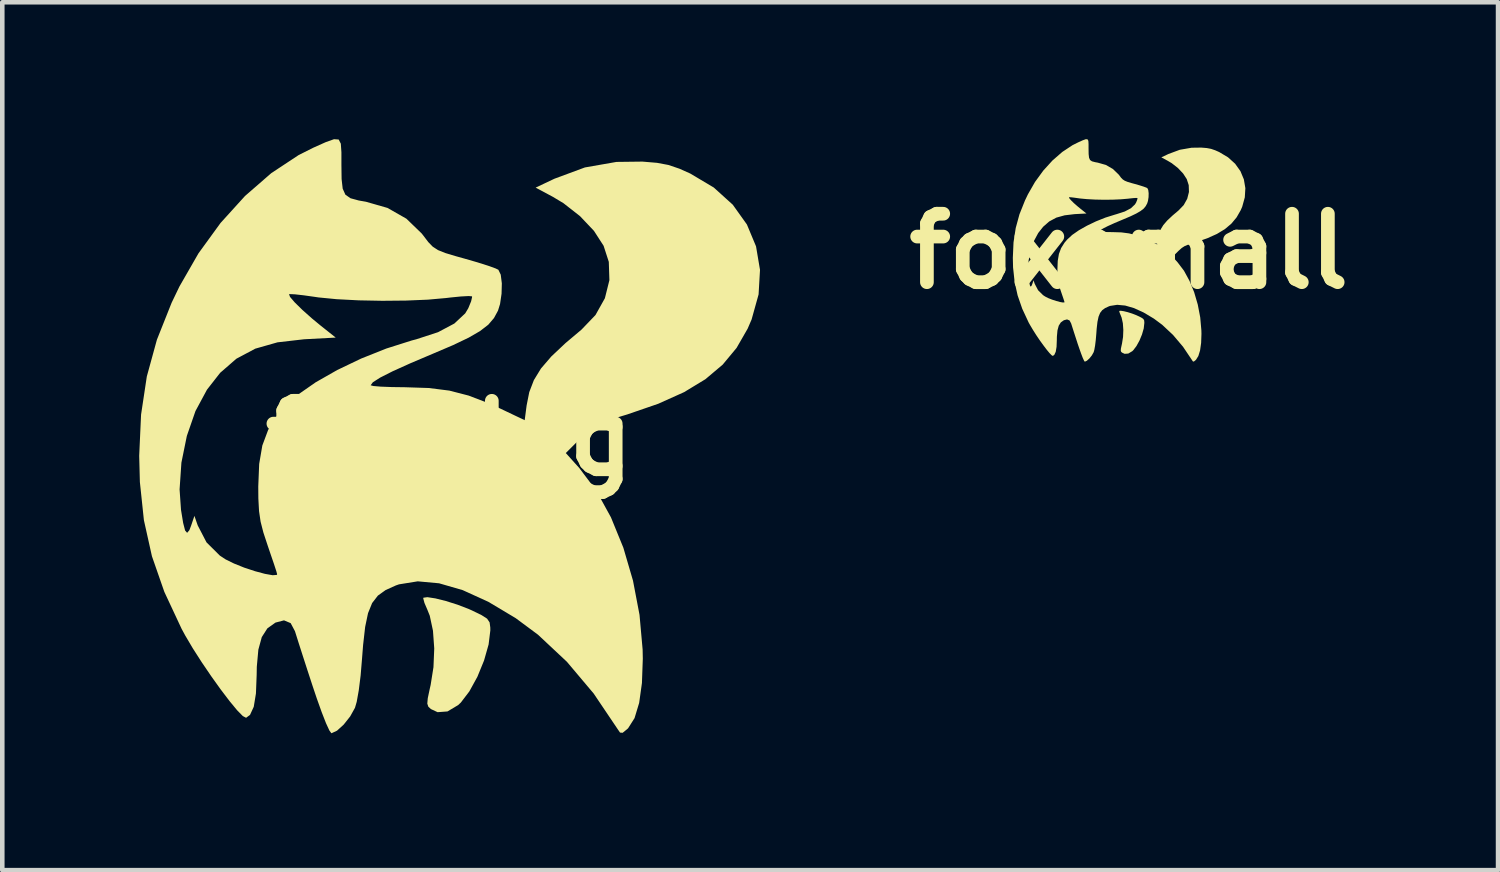
<source format=kicad_pcb>
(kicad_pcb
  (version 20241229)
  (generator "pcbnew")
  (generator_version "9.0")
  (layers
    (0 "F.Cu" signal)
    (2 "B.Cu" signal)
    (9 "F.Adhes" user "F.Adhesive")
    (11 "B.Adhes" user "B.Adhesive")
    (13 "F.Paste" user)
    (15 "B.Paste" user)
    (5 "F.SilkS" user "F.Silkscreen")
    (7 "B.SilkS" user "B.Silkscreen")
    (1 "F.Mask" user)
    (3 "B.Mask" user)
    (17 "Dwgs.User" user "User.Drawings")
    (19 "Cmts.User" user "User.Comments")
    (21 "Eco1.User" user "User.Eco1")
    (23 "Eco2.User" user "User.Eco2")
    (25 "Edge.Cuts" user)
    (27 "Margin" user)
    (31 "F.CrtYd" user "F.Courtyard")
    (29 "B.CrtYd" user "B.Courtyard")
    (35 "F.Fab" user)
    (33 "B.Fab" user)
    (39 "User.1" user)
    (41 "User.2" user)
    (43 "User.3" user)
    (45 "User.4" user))
  (footprint "foxsmall"
    (layer "F.Cu")
    (at 21.689 2.455)
    (property "Reference" "foxsmall" (at 0 0 0) (layer "F.SilkS") (effects (font (size 1.5 1.5) (thickness 0.3))))
    (attr board_only exclude_from_pos_files exclude_from_bom)
    (fp_poly (pts (xy -0.115 1.314) (xy -0.029 1.335) (xy 0.066 1.365) (xy 0.157 1.4) (xy 0.185 1.413) (xy 0.264 1.451) (xy 0.309 1.48) (xy 0.33 1.51) (xy 0.335 1.552) (xy 0.335 1.576) (xy 0.322 1.692) (xy 0.284 1.824) (xy 0.229 1.957) (xy 0.163 2.077) (xy 0.093 2.169) (xy 0.071 2.19) (xy -0.016 2.242) (xy -0.097 2.248) (xy -0.152 2.222) (xy -0.173 2.203) (xy -0.181 2.177) (xy -0.178 2.133) (xy -0.162 2.059) (xy -0.154 2.024) (xy -0.131 1.878) (xy -0.125 1.725) (xy -0.135 1.579) (xy -0.162 1.456) (xy -0.181 1.408) (xy -0.205 1.35) (xy -0.215 1.313) (xy -0.214 1.308) (xy -0.181 1.304)) (stroke (width 0) (type solid)) (fill yes) (layer "F.SilkS"))
    (fp_poly (pts (xy -0.909 -2.452) (xy -0.891 -2.418) (xy -0.887 -2.347) (xy -0.887 -2.245) (xy -0.885 -2.128) (xy -0.876 -2.049) (xy -0.854 -1.999) (xy -0.812 -1.97) (xy -0.744 -1.952) (xy -0.685 -1.941) (xy -0.508 -1.891) (xy -0.353 -1.802) (xy -0.228 -1.681) (xy -0.215 -1.665) (xy -0.174 -1.61) (xy -0.137 -1.573) (xy -0.094 -1.545) (xy -0.033 -1.52) (xy 0.057 -1.493) (xy 0.123 -1.475) (xy 0.228 -1.445) (xy 0.317 -1.417) (xy 0.379 -1.394) (xy 0.401 -1.383) (xy 0.421 -1.343) (xy 0.43 -1.272) (xy 0.428 -1.186) (xy 0.415 -1.102) (xy 0.398 -1.048) (xy 0.365 -0.987) (xy 0.319 -0.932) (xy 0.251 -0.88) (xy 0.158 -0.826) (xy 0.031 -0.765) (xy -0.132 -0.696) (xy -0.321 -0.616) (xy -0.467 -0.55) (xy -0.569 -0.498) (xy -0.628 -0.46) (xy -0.647 -0.435) (xy -0.625 -0.429) (xy -0.564 -0.424) (xy -0.473 -0.42) (xy -0.365 -0.419) (xy -0.169 -0.413) (xy -0.000491 -0.391) (xy 0.158 -0.351) (xy 0.325 -0.286) (xy 0.423 -0.242) (xy 0.617 -0.149) (xy 0.633 -0.269) (xy 0.655 -0.379) (xy 0.693 -0.478) (xy 0.751 -0.573) (xy 0.836 -0.672) (xy 0.953 -0.782) (xy 1.083 -0.892) (xy 1.198 -1.011) (xy 1.275 -1.149) (xy 1.313 -1.298) (xy 1.308 -1.448) (xy 1.265 -1.58) (xy 1.186 -1.702) (xy 1.072 -1.823) (xy 0.935 -1.93) (xy 0.849 -1.981) (xy 0.708 -2.057) (xy 0.862 -2.13) (xy 1.112 -2.223) (xy 1.371 -2.268) (xy 1.584 -2.271) (xy 1.704 -2.261) (xy 1.798 -2.243) (xy 1.888 -2.212) (xy 1.976 -2.173) (xy 2.169 -2.058) (xy 2.325 -1.917) (xy 2.441 -1.755) (xy 2.516 -1.575) (xy 2.549 -1.382) (xy 2.537 -1.181) (xy 2.48 -0.975) (xy 2.447 -0.899) (xy 2.357 -0.742) (xy 2.243 -0.605) (xy 2.101 -0.485) (xy 1.926 -0.379) (xy 1.714 -0.284) (xy 1.46 -0.196) (xy 1.405 -0.179) (xy 1.296 -0.145) (xy 1.218 -0.112) (xy 1.156 -0.072) (xy 1.094 -0.017) (xy 1.074 0.002) (xy 0.955 0.121) (xy 1.065 0.244) (xy 1.204 0.427) (xy 1.325 0.649) (xy 1.427 0.898) (xy 1.506 1.168) (xy 1.56 1.449) (xy 1.585 1.733) (xy 1.587 1.809) (xy 1.58 2.008) (xy 1.557 2.172) (xy 1.519 2.296) (xy 1.467 2.379) (xy 1.459 2.386) (xy 1.421 2.417) (xy 1.4 2.415) (xy 1.381 2.387) (xy 1.184 2.094) (xy 0.964 1.834) (xy 0.727 1.612) (xy 0.544 1.476) (xy 0.319 1.342) (xy 0.109 1.246) (xy -0.085 1.19) (xy -0.26 1.174) (xy -0.414 1.198) (xy -0.44 1.207) (xy -0.523 1.245) (xy -0.587 1.291) (xy -0.634 1.352) (xy -0.668 1.435) (xy -0.692 1.548) (xy -0.709 1.697) (xy -0.717 1.807) (xy -0.729 1.947) (xy -0.744 2.069) (xy -0.761 2.163) (xy -0.775 2.212) (xy -0.815 2.283) (xy -0.868 2.349) (xy -0.923 2.399) (xy -0.968 2.42) (xy -0.969 2.42) (xy -0.985 2.399) (xy -1.013 2.339) (xy -1.048 2.248) (xy -1.089 2.133) (xy -1.124 2.031) (xy -1.167 1.898) (xy -1.206 1.778) (xy -1.238 1.678) (xy -1.26 1.609) (xy -1.268 1.583) (xy -1.303 1.517) (xy -1.358 1.494) (xy -1.428 1.512) (xy -1.494 1.559) (xy -1.54 1.631) (xy -1.568 1.734) (xy -1.581 1.875) (xy -1.582 1.941) (xy -1.588 2.094) (xy -1.606 2.203) (xy -1.637 2.27) (xy -1.669 2.294) (xy -1.696 2.279) (xy -1.743 2.231) (xy -1.805 2.156) (xy -1.877 2.061) (xy -1.955 1.953) (xy -2.033 1.838) (xy -2.105 1.724) (xy -2.168 1.618) (xy -2.199 1.563) (xy -2.34 1.26) (xy -2.441 0.968) (xy -2.507 0.672) (xy -2.534 0.419) (xy -2.214 0.419) (xy -2.203 0.587) (xy -2.185 0.694) (xy -2.169 0.757) (xy -2.153 0.776) (xy -2.135 0.754) (xy -2.12 0.718) (xy -2.093 0.637) (xy -2.066 0.715) (xy -1.993 0.854) (xy -1.884 0.962) (xy -1.837 0.993) (xy -1.768 1.028) (xy -1.684 1.061) (xy -1.595 1.09) (xy -1.514 1.112) (xy -1.451 1.123) (xy -1.417 1.121) (xy -1.414 1.116) (xy -1.421 1.09) (xy -1.441 1.029) (xy -1.47 0.944) (xy -1.491 0.882) (xy -1.527 0.773) (xy -1.55 0.684) (xy -1.563 0.597) (xy -1.568 0.494) (xy -1.569 0.395) (xy -1.562 0.21) (xy -1.536 0.059) (xy -1.488 -0.069) (xy -1.414 -0.187) (xy -1.355 -0.256) (xy -1.246 -0.357) (xy -1.098 -0.46) (xy -0.921 -0.56) (xy -0.725 -0.654) (xy -0.518 -0.737) (xy -0.31 -0.802) (xy -0.272 -0.813) (xy -0.093 -0.871) (xy 0.041 -0.942) (xy 0.13 -1.026) (xy 0.155 -1.067) (xy 0.178 -1.124) (xy 0.186 -1.161) (xy 0.185 -1.165) (xy 0.157 -1.168) (xy 0.094 -1.164) (xy 0.008 -1.155) (xy -0.026 -1.151) (xy -0.177 -1.138) (xy -0.357 -1.13) (xy -0.551 -1.128) (xy -0.745 -1.132) (xy -0.925 -1.142) (xy -1.075 -1.156) (xy -1.102 -1.16) (xy -1.195 -1.173) (xy -1.269 -1.182) (xy -1.311 -1.184) (xy -1.316 -1.183) (xy -1.308 -1.16) (xy -1.27 -1.115) (xy -1.208 -1.054) (xy -1.128 -0.984) (xy -1.061 -0.929) (xy -0.933 -0.827) (xy -1.193 -0.813) (xy -1.411 -0.787) (xy -1.594 -0.736) (xy -1.748 -0.653) (xy -1.881 -0.537) (xy -1.99 -0.399) (xy -2.084 -0.224) (xy -2.155 -0.019) (xy -2.2 0.2) (xy -2.214 0.419) (xy -2.534 0.419) (xy -2.541 0.359) (xy -2.546 0.144) (xy -2.531 -0.194) (xy -2.483 -0.508) (xy -2.401 -0.809) (xy -2.28 -1.112) (xy -2.216 -1.246) (xy -2.06 -1.518) (xy -1.878 -1.768) (xy -1.677 -1.989) (xy -1.462 -2.176) (xy -1.238 -2.324) (xy -1.118 -2.384) (xy -1.014 -2.431) (xy -0.947 -2.455)) (stroke (width 0) (type solid)) (fill yes) (layer "F.SilkS")))
  (footprint "fox big"
    (layer "F.Cu")
    (at 6.798 6.554)
    (property "Reference" "fox big" (at 0 0 0) (layer "F.SilkS") (effects (font (size 1.5 1.5) (thickness 0.3))))
    (attr board_only exclude_from_pos_files exclude_from_bom)
    (fp_poly (pts (xy -0.307 3.508) (xy -0.078 3.565) (xy 0.175 3.645) (xy 0.418 3.738) (xy 0.494 3.772) (xy 0.705 3.875) (xy 0.825 3.952) (xy 0.88 4.033) (xy 0.895 4.144) (xy 0.896 4.209) (xy 0.858 4.518) (xy 0.758 4.87) (xy 0.612 5.226) (xy 0.436 5.546) (xy 0.249 5.791) (xy 0.19 5.846) (xy -0.043 5.985) (xy -0.26 6.001) (xy -0.406 5.933) (xy -0.462 5.882) (xy -0.485 5.814) (xy -0.475 5.696) (xy -0.433 5.497) (xy -0.412 5.405) (xy -0.35 5.015) (xy -0.333 4.605) (xy -0.361 4.216) (xy -0.431 3.888) (xy -0.482 3.76) (xy -0.548 3.606) (xy -0.574 3.507) (xy -0.571 3.493) (xy -0.483 3.481)) (stroke (width 0) (type solid)) (fill yes) (layer "F.SilkS"))
    (fp_poly (pts (xy -2.427 -6.547) (xy -2.38 -6.456) (xy -2.367 -6.267) (xy -2.367 -5.994) (xy -2.363 -5.681) (xy -2.339 -5.47) (xy -2.28 -5.338) (xy -2.168 -5.26) (xy -1.988 -5.211) (xy -1.828 -5.183) (xy -1.357 -5.048) (xy -0.943 -4.812) (xy -0.609 -4.489) (xy -0.574 -4.445) (xy -0.464 -4.3) (xy -0.366 -4.199) (xy -0.251 -4.124) (xy -0.088 -4.059) (xy 0.152 -3.987) (xy 0.328 -3.938) (xy 0.609 -3.857) (xy 0.846 -3.782) (xy 1.012 -3.722) (xy 1.072 -3.693) (xy 1.124 -3.586) (xy 1.148 -3.396) (xy 1.142 -3.168) (xy 1.109 -2.942) (xy 1.064 -2.797) (xy 0.976 -2.635) (xy 0.851 -2.489) (xy 0.671 -2.35) (xy 0.421 -2.205) (xy 0.082 -2.043) (xy -0.352 -1.858) (xy -0.858 -1.643) (xy -1.246 -1.468) (xy -1.518 -1.33) (xy -1.678 -1.228) (xy -1.727 -1.162) (xy -1.668 -1.146) (xy -1.505 -1.132) (xy -1.264 -1.123) (xy -0.976 -1.119) (xy -0.451 -1.102) (xy -0.001 -1.045) (xy 0.421 -0.936) (xy 0.867 -0.765) (xy 1.128 -0.645) (xy 1.649 -0.397) (xy 1.691 -0.719) (xy 1.749 -1.012) (xy 1.85 -1.275) (xy 2.006 -1.53) (xy 2.233 -1.794) (xy 2.544 -2.087) (xy 2.893 -2.381) (xy 3.2 -2.701) (xy 3.406 -3.069) (xy 3.505 -3.465) (xy 3.492 -3.866) (xy 3.378 -4.218) (xy 3.167 -4.545) (xy 2.863 -4.866) (xy 2.498 -5.152) (xy 2.268 -5.29) (xy 1.889 -5.493) (xy 2.301 -5.688) (xy 2.968 -5.935) (xy 3.66 -6.056) (xy 4.229 -6.063) (xy 4.549 -6.036) (xy 4.8 -5.989) (xy 5.041 -5.907) (xy 5.276 -5.802) (xy 5.792 -5.495) (xy 6.208 -5.119) (xy 6.518 -4.685) (xy 6.718 -4.206) (xy 6.805 -3.691) (xy 6.774 -3.153) (xy 6.621 -2.604) (xy 6.534 -2.402) (xy 6.292 -1.981) (xy 5.988 -1.615) (xy 5.609 -1.295) (xy 5.143 -1.012) (xy 4.576 -0.757) (xy 3.897 -0.523) (xy 3.751 -0.479) (xy 3.46 -0.386) (xy 3.253 -0.299) (xy 3.087 -0.193) (xy 2.92 -0.047) (xy 2.867 0.006) (xy 2.55 0.323) (xy 2.844 0.65) (xy 3.214 1.141) (xy 3.539 1.732) (xy 3.811 2.398) (xy 4.022 3.119) (xy 4.165 3.869) (xy 4.233 4.628) (xy 4.237 4.831) (xy 4.218 5.362) (xy 4.157 5.798) (xy 4.056 6.131) (xy 3.916 6.352) (xy 3.896 6.371) (xy 3.795 6.453) (xy 3.738 6.448) (xy 3.687 6.374) (xy 3.16 5.592) (xy 2.574 4.897) (xy 1.941 4.304) (xy 1.452 3.941) (xy 0.853 3.583) (xy 0.291 3.327) (xy -0.227 3.177) (xy -0.694 3.134) (xy -1.105 3.2) (xy -1.174 3.224) (xy -1.398 3.325) (xy -1.568 3.447) (xy -1.694 3.61) (xy -1.784 3.832) (xy -1.847 4.133) (xy -1.892 4.531) (xy -1.915 4.825) (xy -1.946 5.197) (xy -1.987 5.524) (xy -2.032 5.775) (xy -2.07 5.905) (xy -2.175 6.094) (xy -2.317 6.273) (xy -2.463 6.406) (xy -2.583 6.462) (xy -2.587 6.462) (xy -2.63 6.404) (xy -2.704 6.244) (xy -2.799 6.001) (xy -2.908 5.696) (xy -3 5.422) (xy -3.116 5.068) (xy -3.22 4.746) (xy -3.305 4.481) (xy -3.363 4.297) (xy -3.385 4.227) (xy -3.479 4.05) (xy -3.625 3.989) (xy -3.812 4.038) (xy -3.989 4.164) (xy -4.112 4.356) (xy -4.187 4.631) (xy -4.221 5.006) (xy -4.224 5.182) (xy -4.24 5.592) (xy -4.288 5.883) (xy -4.37 6.061) (xy -4.456 6.124) (xy -4.528 6.086) (xy -4.653 5.958) (xy -4.819 5.757) (xy -5.012 5.503) (xy -5.219 5.214) (xy -5.427 4.908) (xy -5.622 4.604) (xy -5.79 4.32) (xy -5.87 4.172) (xy -6.247 3.365) (xy -6.519 2.584) (xy -6.695 1.793) (xy -6.766 1.12) (xy -5.913 1.12) (xy -5.882 1.567) (xy -5.835 1.854) (xy -5.792 2.02) (xy -5.748 2.071) (xy -5.699 2.014) (xy -5.662 1.918) (xy -5.588 1.7) (xy -5.516 1.908) (xy -5.323 2.28) (xy -5.031 2.57) (xy -4.905 2.653) (xy -4.72 2.744) (xy -4.496 2.834) (xy -4.26 2.912) (xy -4.043 2.97) (xy -3.874 3) (xy -3.783 2.993) (xy -3.775 2.979) (xy -3.794 2.91) (xy -3.847 2.748) (xy -3.925 2.52) (xy -3.981 2.355) (xy -4.077 2.064) (xy -4.138 1.826) (xy -4.172 1.595) (xy -4.187 1.32) (xy -4.189 1.056) (xy -4.169 0.562) (xy -4.1 0.158) (xy -3.972 -0.185) (xy -3.775 -0.498) (xy -3.619 -0.685) (xy -3.326 -0.952) (xy -2.931 -1.227) (xy -2.459 -1.496) (xy -1.935 -1.747) (xy -1.383 -1.967) (xy -0.828 -2.143) (xy -0.725 -2.17) (xy -0.25 -2.325) (xy 0.108 -2.515) (xy 0.346 -2.738) (xy 0.413 -2.85) (xy 0.475 -3.002) (xy 0.497 -3.099) (xy 0.493 -3.111) (xy 0.42 -3.117) (xy 0.252 -3.108) (xy 0.02 -3.085) (xy -0.071 -3.074) (xy -0.472 -3.038) (xy -0.952 -3.018) (xy -1.471 -3.013) (xy -1.99 -3.023) (xy -2.469 -3.048) (xy -2.87 -3.087) (xy -2.943 -3.098) (xy -3.192 -3.133) (xy -3.387 -3.155) (xy -3.5 -3.16) (xy -3.514 -3.157) (xy -3.493 -3.098) (xy -3.39 -2.978) (xy -3.224 -2.815) (xy -3.013 -2.627) (xy -2.834 -2.479) (xy -2.492 -2.207) (xy -3.185 -2.17) (xy -3.767 -2.103) (xy -4.255 -1.964) (xy -4.668 -1.744) (xy -5.024 -1.435) (xy -5.313 -1.065) (xy -5.565 -0.597) (xy -5.754 -0.052) (xy -5.873 0.533) (xy -5.913 1.12) (xy -6.766 1.12) (xy -6.783 0.958) (xy -6.798 0.384) (xy -6.757 -0.519) (xy -6.631 -1.355) (xy -6.41 -2.16) (xy -6.088 -2.969) (xy -5.916 -3.327) (xy -5.499 -4.053) (xy -5.015 -4.719) (xy -4.479 -5.31) (xy -3.904 -5.81) (xy -3.306 -6.205) (xy -2.986 -6.366) (xy -2.709 -6.49) (xy -2.529 -6.554)) (stroke (width 0) (type solid)) (fill yes) (layer "F.SilkS")))
  (gr_rect
    (start -3 -3)
    (end 29.775 16.016)
    (stroke (width 0.1) (type default))
    (fill no)
    (layer "Edge.Cuts")))
</source>
